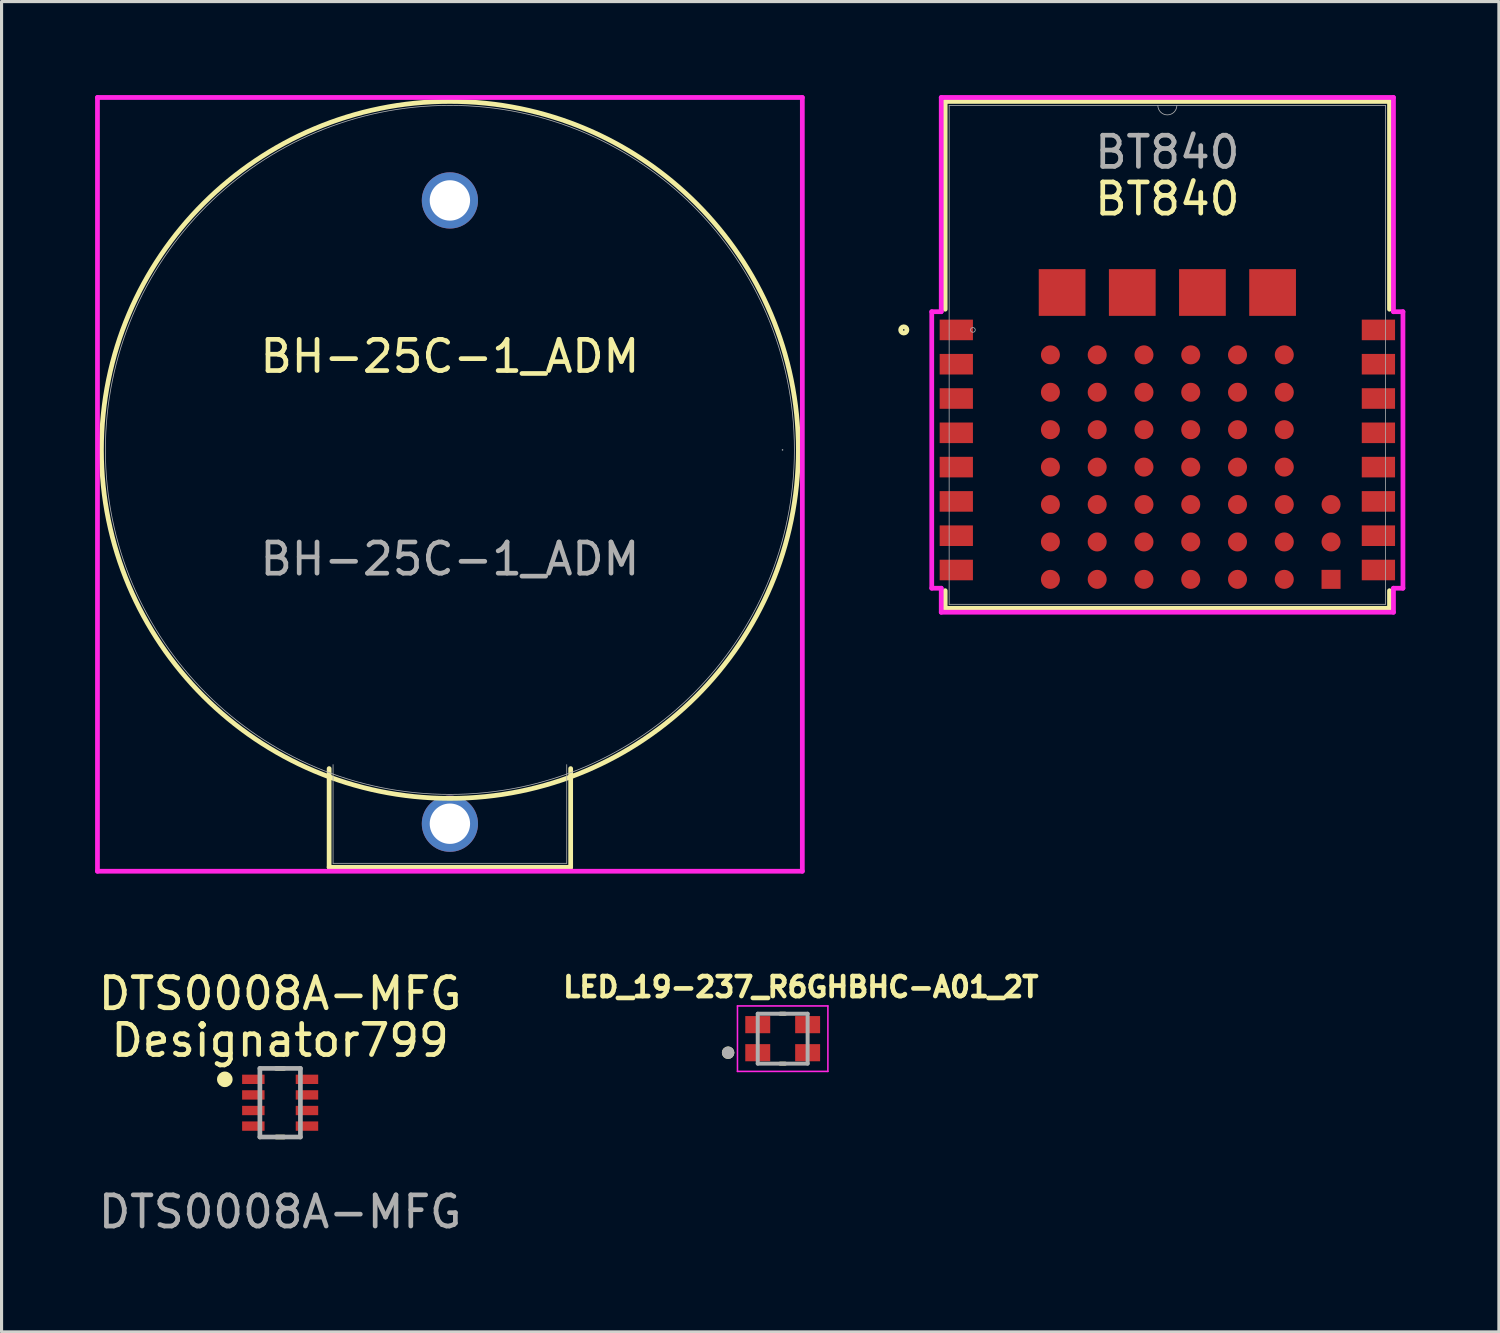
<source format=kicad_pcb>
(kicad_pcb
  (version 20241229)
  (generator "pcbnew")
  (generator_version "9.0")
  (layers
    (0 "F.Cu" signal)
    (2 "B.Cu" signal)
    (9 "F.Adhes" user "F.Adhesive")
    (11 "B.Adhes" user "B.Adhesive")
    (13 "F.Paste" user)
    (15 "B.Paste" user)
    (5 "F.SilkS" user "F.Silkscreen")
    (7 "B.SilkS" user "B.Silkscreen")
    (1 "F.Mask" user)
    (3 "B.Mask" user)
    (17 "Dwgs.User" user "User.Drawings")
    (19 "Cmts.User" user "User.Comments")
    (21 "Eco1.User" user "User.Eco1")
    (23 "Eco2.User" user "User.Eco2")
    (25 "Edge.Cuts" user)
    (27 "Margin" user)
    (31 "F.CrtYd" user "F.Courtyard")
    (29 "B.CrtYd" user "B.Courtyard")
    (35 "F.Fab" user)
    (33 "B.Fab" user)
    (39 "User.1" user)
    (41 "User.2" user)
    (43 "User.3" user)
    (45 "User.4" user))
  (footprint "BT840"
    (layer "F.Cu")
    (at 34.389 8.331)
    (property "Reference" "BT840" (at 0 -5 0) (unlocked yes) (layer "F.SilkS") (effects (font (size 1 1) (thickness 0.15))))
    (attr smd)
    (fp_line (start -7.125 -8.128) (end -7.125 -1.463) (stroke (width 0.152) (type solid)) (layer "F.SilkS"))
    (fp_line (start -7.125 7.563) (end -7.125 8.128) (stroke (width 0.152) (type solid)) (layer "F.SilkS"))
    (fp_line (start -7.125 8.128) (end 7.125 8.128) (stroke (width 0.152) (type solid)) (layer "F.SilkS"))
    (fp_line (start 7.125 -8.128) (end -7.125 -8.128) (stroke (width 0.152) (type solid)) (layer "F.SilkS"))
    (fp_line (start 7.125 -1.463) (end 7.125 -8.128) (stroke (width 0.152) (type solid)) (layer "F.SilkS"))
    (fp_line (start 7.125 8.128) (end 7.125 7.563) (stroke (width 0.152) (type solid)) (layer "F.SilkS"))
    (fp_circle (center -8.453 -0.8) (end -8.352 -0.8) (stroke (width 0.152) (type solid)) (fill no) (layer "F.SilkS"))
    (fp_line (start -7.556 -1.384) (end -7.556 7.484) (stroke (width 0.152) (type solid)) (layer "F.CrtYd"))
    (fp_line (start -7.556 7.484) (end -7.252 7.484) (stroke (width 0.152) (type solid)) (layer "F.CrtYd"))
    (fp_line (start -7.252 -8.255) (end -7.252 -1.384) (stroke (width 0.152) (type solid)) (layer "F.CrtYd"))
    (fp_line (start -7.252 -1.384) (end -7.556 -1.384) (stroke (width 0.152) (type solid)) (layer "F.CrtYd"))
    (fp_line (start -7.252 7.484) (end -7.252 8.255) (stroke (width 0.152) (type solid)) (layer "F.CrtYd"))
    (fp_line (start -7.252 8.255) (end 7.252 8.255) (stroke (width 0.152) (type solid)) (layer "F.CrtYd"))
    (fp_line (start 7.252 -8.255) (end -7.252 -8.255) (stroke (width 0.152) (type solid)) (layer "F.CrtYd"))
    (fp_line (start 7.252 -1.384) (end 7.252 -8.255) (stroke (width 0.152) (type solid)) (layer "F.CrtYd"))
    (fp_line (start 7.252 7.484) (end 7.556 7.484) (stroke (width 0.152) (type solid)) (layer "F.CrtYd"))
    (fp_line (start 7.252 8.255) (end 7.252 7.484) (stroke (width 0.152) (type solid)) (layer "F.CrtYd"))
    (fp_line (start 7.556 -1.384) (end 7.252 -1.384) (stroke (width 0.152) (type solid)) (layer "F.CrtYd"))
    (fp_line (start 7.556 7.484) (end 7.556 -1.384) (stroke (width 0.152) (type solid)) (layer "F.CrtYd"))
    (fp_line (start -6.998 -8.001) (end -6.998 8.001) (stroke (width 0.025) (type solid)) (layer "F.Fab"))
    (fp_line (start -6.998 8.001) (end 6.998 8.001) (stroke (width 0.025) (type solid)) (layer "F.Fab"))
    (fp_line (start 6.998 -8.001) (end -6.998 -8.001) (stroke (width 0.025) (type solid)) (layer "F.Fab"))
    (fp_line (start 6.998 8.001) (end 6.998 -8.001) (stroke (width 0.025) (type solid)) (layer "F.Fab"))
    (fp_arc (start 0.3048 -8.001) (mid 0 -7.6962) (end -0.3048 -8.001) (stroke (width 0.0254) (type solid)) (layer "F.Fab"))
    (fp_circle (center -6.236 -0.8) (end -6.16 -0.8) (stroke (width 0.025) (type solid)) (fill no) (layer "F.Fab"))
    (fp_text user "${REFERENCE}" (at 0 -6.5 0) (unlocked yes) (layer "F.Fab") (effects (font (size 1 1) (thickness 0.15))))
    (pad "1" smd rect (at -6.769 -0.8) (size 1.067 0.66) (layers "F.Cu" "F.Mask" "F.Paste"))
    (pad "2" smd rect (at -6.769 0.3) (size 1.067 0.66) (layers "F.Cu" "F.Mask" "F.Paste"))
    (pad "3" smd rect (at -6.769 1.4) (size 1.067 0.66) (layers "F.Cu" "F.Mask" "F.Paste"))
    (pad "4" smd rect (at -6.769 2.5) (size 1.067 0.66) (layers "F.Cu" "F.Mask" "F.Paste"))
    (pad "5" smd rect (at -6.769 3.6) (size 1.067 0.66) (layers "F.Cu" "F.Mask" "F.Paste"))
    (pad "6" smd rect (at -6.769 4.7) (size 1.067 0.66) (layers "F.Cu" "F.Mask" "F.Paste"))
    (pad "7" smd rect (at -6.769 5.8) (size 1.067 0.66) (layers "F.Cu" "F.Mask" "F.Paste"))
    (pad "8" smd rect (at -6.769 6.9) (size 1.067 0.66) (layers "F.Cu" "F.Mask" "F.Paste"))
    (pad "9" smd rect (at 6.769 6.9) (size 1.067 0.66) (layers "F.Cu" "F.Mask" "F.Paste"))
    (pad "10" smd rect (at 6.769 5.8) (size 1.067 0.66) (layers "F.Cu" "F.Mask" "F.Paste"))
    (pad "11" smd rect (at 6.769 4.7) (size 1.067 0.66) (layers "F.Cu" "F.Mask" "F.Paste"))
    (pad "12" smd rect (at 6.769 3.6) (size 1.067 0.66) (layers "F.Cu" "F.Mask" "F.Paste"))
    (pad "13" smd rect (at 6.769 2.5) (size 1.067 0.66) (layers "F.Cu" "F.Mask" "F.Paste"))
    (pad "14" smd rect (at 6.769 1.4) (size 1.067 0.66) (layers "F.Cu" "F.Mask" "F.Paste"))
    (pad "15" smd rect (at 6.769 0.3) (size 1.067 0.66) (layers "F.Cu" "F.Mask" "F.Paste"))
    (pad "16" smd rect (at 6.769 -0.8) (size 1.067 0.66) (layers "F.Cu" "F.Mask" "F.Paste"))
    (pad "A0" smd circle (at -2.25 0) (size 0.61 0.61) (layers "F.Cu" "F.Mask" "F.Paste"))
    (pad "A1" smd circle (at -2.25 1.2) (size 0.61 0.61) (layers "F.Cu" "F.Mask" "F.Paste"))
    (pad "A2" smd circle (at -2.25 2.4) (size 0.61 0.61) (layers "F.Cu" "F.Mask" "F.Paste"))
    (pad "A3" smd circle (at -2.25 3.6) (size 0.61 0.61) (layers "F.Cu" "F.Mask" "F.Paste"))
    (pad "A4" smd circle (at -2.25 4.8) (size 0.61 0.61) (layers "F.Cu" "F.Mask" "F.Paste"))
    (pad "A5" smd circle (at -2.25 6) (size 0.61 0.61) (layers "F.Cu" "F.Mask" "F.Paste"))
    (pad "A6" smd circle (at -2.25 7.2) (size 0.61 0.61) (layers "F.Cu" "F.Mask" "F.Paste"))
    (pad "B0" smd circle (at -0.75 0) (size 0.61 0.61) (layers "F.Cu" "F.Mask" "F.Paste"))
    (pad "B1" smd circle (at -0.75 1.2) (size 0.61 0.61) (layers "F.Cu" "F.Mask" "F.Paste"))
    (pad "B2" smd circle (at -0.75 2.4) (size 0.61 0.61) (layers "F.Cu" "F.Mask" "F.Paste"))
    (pad "B3" smd circle (at -0.75 3.6) (size 0.61 0.61) (layers "F.Cu" "F.Mask" "F.Paste"))
    (pad "B4" smd circle (at -0.75 4.8) (size 0.61 0.61) (layers "F.Cu" "F.Mask" "F.Paste"))
    (pad "B5" smd circle (at -0.75 6) (size 0.61 0.61) (layers "F.Cu" "F.Mask" "F.Paste"))
    (pad "B6" smd circle (at -0.75 7.2) (size 0.61 0.61) (layers "F.Cu" "F.Mask" "F.Paste"))
    (pad "C0" smd circle (at 0.75 0) (size 0.61 0.61) (layers "F.Cu" "F.Mask" "F.Paste"))
    (pad "C1" smd circle (at 0.75 1.2) (size 0.61 0.61) (layers "F.Cu" "F.Mask" "F.Paste"))
    (pad "C2" smd circle (at 0.75 2.4) (size 0.61 0.61) (layers "F.Cu" "F.Mask" "F.Paste"))
    (pad "C3" smd circle (at 0.75 3.6) (size 0.61 0.61) (layers "F.Cu" "F.Mask" "F.Paste"))
    (pad "C4" smd circle (at 0.75 4.8) (size 0.61 0.61) (layers "F.Cu" "F.Mask" "F.Paste"))
    (pad "C5" smd circle (at 0.75 6) (size 0.61 0.61) (layers "F.Cu" "F.Mask" "F.Paste"))
    (pad "C6" smd circle (at 0.75 7.2) (size 0.61 0.61) (layers "F.Cu" "F.Mask" "F.Paste"))
    (pad "D0" smd circle (at 2.25 0) (size 0.61 0.61) (layers "F.Cu" "F.Mask" "F.Paste"))
    (pad "D1" smd circle (at 2.25 1.2) (size 0.61 0.61) (layers "F.Cu" "F.Mask" "F.Paste"))
    (pad "D2" smd circle (at 2.25 2.4) (size 0.61 0.61) (layers "F.Cu" "F.Mask" "F.Paste"))
    (pad "D3" smd circle (at 2.25 3.6) (size 0.61 0.61) (layers "F.Cu" "F.Mask" "F.Paste"))
    (pad "D4" smd circle (at 2.25 4.8) (size 0.61 0.61) (layers "F.Cu" "F.Mask" "F.Paste"))
    (pad "D5" smd circle (at 2.25 6) (size 0.61 0.61) (layers "F.Cu" "F.Mask" "F.Paste"))
    (pad "D6" smd circle (at 2.25 7.2) (size 0.61 0.61) (layers "F.Cu" "F.Mask" "F.Paste"))
    (pad "E0" smd circle (at 3.75 0) (size 0.61 0.61) (layers "F.Cu" "F.Mask" "F.Paste"))
    (pad "E1" smd circle (at 3.75 1.2) (size 0.61 0.61) (layers "F.Cu" "F.Mask" "F.Paste"))
    (pad "E2" smd circle (at 3.75 2.4) (size 0.61 0.61) (layers "F.Cu" "F.Mask" "F.Paste"))
    (pad "E3" smd circle (at 3.75 3.6) (size 0.61 0.61) (layers "F.Cu" "F.Mask" "F.Paste"))
    (pad "E4" smd circle (at 3.75 4.8) (size 0.61 0.61) (layers "F.Cu" "F.Mask" "F.Paste"))
    (pad "E5" smd circle (at 3.75 6) (size 0.61 0.61) (layers "F.Cu" "F.Mask" "F.Paste"))
    (pad "E6" smd circle (at 3.75 7.2) (size 0.61 0.61) (layers "F.Cu" "F.Mask" "F.Paste"))
    (pad "F0" smd rect (at -3.375 -2) (size 1.499 1.499) (layers "F.Cu" "F.Mask" "F.Paste"))
    (pad "F1" smd rect (at -1.125 -2) (size 1.499 1.499) (layers "F.Cu" "F.Mask" "F.Paste"))
    (pad "F2" smd rect (at 1.125 -2) (size 1.499 1.499) (layers "F.Cu" "F.Mask" "F.Paste"))
    (pad "F3" smd rect (at 3.375 -2) (size 1.499 1.499) (layers "F.Cu" "F.Mask" "F.Paste"))
    (pad "F4" smd circle (at 5.25 4.8) (size 0.61 0.61) (layers "F.Cu" "F.Mask" "F.Paste"))
    (pad "F5" smd circle (at 5.25 6) (size 0.61 0.61) (layers "F.Cu" "F.Mask" "F.Paste"))
    (pad "F6" smd rect (at 5.25 7.2) (size 0.61 0.61) (layers "F.Cu" "F.Mask" "F.Paste"))
    (pad "Z0" smd circle (at -3.75 0) (size 0.61 0.61) (layers "F.Cu" "F.Mask" "F.Paste"))
    (pad "Z1" smd circle (at -3.75 1.2) (size 0.61 0.61) (layers "F.Cu" "F.Mask" "F.Paste"))
    (pad "Z2" smd circle (at -3.75 2.4) (size 0.61 0.61) (layers "F.Cu" "F.Mask" "F.Paste"))
    (pad "Z3" smd circle (at -3.75 3.6) (size 0.61 0.61) (layers "F.Cu" "F.Mask" "F.Paste"))
    (pad "Z4" smd circle (at -3.75 4.8) (size 0.61 0.61) (layers "F.Cu" "F.Mask" "F.Paste"))
    (pad "Z5" smd circle (at -3.75 6) (size 0.61 0.61) (layers "F.Cu" "F.Mask" "F.Paste"))
    (pad "Z6" smd circle (at -3.75 7.2) (size 0.61 0.61) (layers "F.Cu" "F.Mask" "F.Paste")))
  (footprint "LED_19-237_R6GHBHC-A01_2T"
    (layer "F.Cu")
    (at 22.052 30.262)
    (property "Reference" "LED_19-237_R6GHBHC-A01_2T" (at 0.582 -1.656 0) (layer "F.SilkS") (effects (font (size 0.64 0.64) (thickness 0.15))))
    (attr smd)
    (fp_line (start -0.08 -0.8) (end 0.08 -0.8) (stroke (width 0.127) (type solid)) (layer "F.SilkS"))
    (fp_line (start 0.08 0.8) (end -0.08 0.8) (stroke (width 0.127) (type solid)) (layer "F.SilkS"))
    (fp_circle (center -1.75 0.45) (end -1.65 0.45) (stroke (width 0.2) (type solid)) (fill no) (layer "F.SilkS"))
    (fp_line (start -1.45 -1.05) (end 1.45 -1.05) (stroke (width 0.05) (type solid)) (layer "F.CrtYd"))
    (fp_line (start -1.45 1.05) (end -1.45 -1.05) (stroke (width 0.05) (type solid)) (layer "F.CrtYd"))
    (fp_line (start 1.45 -1.05) (end 1.45 1.05) (stroke (width 0.05) (type solid)) (layer "F.CrtYd"))
    (fp_line (start 1.45 1.05) (end -1.45 1.05) (stroke (width 0.05) (type solid)) (layer "F.CrtYd"))
    (fp_line (start -0.8 -0.8) (end 0.8 -0.8) (stroke (width 0.127) (type solid)) (layer "F.Fab"))
    (fp_line (start -0.8 0.8) (end -0.8 -0.8) (stroke (width 0.127) (type solid)) (layer "F.Fab"))
    (fp_line (start 0.8 -0.8) (end 0.8 0.8) (stroke (width 0.127) (type solid)) (layer "F.Fab"))
    (fp_line (start 0.8 0.8) (end -0.8 0.8) (stroke (width 0.127) (type solid)) (layer "F.Fab"))
    (fp_circle (center -1.75 0.45) (end -1.65 0.45) (stroke (width 0.2) (type solid)) (fill no) (layer "F.Fab"))
    (pad "1" smd rect (at -0.8 0.45) (size 0.8 0.55) (layers "F.Cu" "F.Mask" "F.Paste"))
    (pad "2" smd rect (at -0.8 -0.45) (size 0.8 0.55) (layers "F.Cu" "F.Mask" "F.Paste"))
    (pad "3" smd rect (at 0.8 -0.45) (size 0.8 0.55) (layers "F.Cu" "F.Mask" "F.Paste"))
    (pad "4" smd rect (at 0.8 0.45) (size 0.8 0.55) (layers "F.Cu" "F.Mask" "F.Paste")))
  (footprint "BH-25C-1_ADM"
    (layer "F.Cu")
    (at 11.379 3.378)
    (property "Reference" "BH-25C-1_ADM" (at 0 5 0) (unlocked yes) (layer "F.SilkS") (effects (font (size 1 1) (thickness 0.15))))
    (attr through_hole)
    (fp_line (start -3.873 18.222) (end -3.873 21.387) (stroke (width 0.152) (type solid)) (layer "F.SilkS"))
    (fp_line (start -3.873 21.387) (end 3.873 21.387) (stroke (width 0.152) (type solid)) (layer "F.SilkS"))
    (fp_line (start 3.873 21.387) (end 3.873 18.222) (stroke (width 0.152) (type solid)) (layer "F.SilkS"))
    (fp_circle (center 0 8.001) (end 11.176 8.001) (stroke (width 0.152) (type solid)) (fill no) (layer "F.SilkS"))
    (fp_line (start -11.303 -3.302) (end 11.303 -3.302) (stroke (width 0.152) (type solid)) (layer "F.CrtYd"))
    (fp_line (start -11.303 21.514) (end -11.303 -3.302) (stroke (width 0.152) (type solid)) (layer "F.CrtYd"))
    (fp_line (start 11.303 -3.302) (end 11.303 21.514) (stroke (width 0.152) (type solid)) (layer "F.CrtYd"))
    (fp_line (start 11.303 21.514) (end -11.303 21.514) (stroke (width 0.152) (type solid)) (layer "F.CrtYd"))
    (fp_line (start -3.747 18.095) (end -3.747 21.26) (stroke (width 0.025) (type solid)) (layer "F.Fab"))
    (fp_line (start -3.747 21.26) (end 3.747 21.26) (stroke (width 0.025) (type solid)) (layer "F.Fab"))
    (fp_line (start 3.747 21.26) (end 3.747 18.095) (stroke (width 0.025) (type solid)) (layer "F.Fab"))
    (fp_circle (center 0 8.001) (end 11.049 8.001) (stroke (width 0.025) (type solid)) (fill no) (layer "F.Fab"))
    (fp_circle (center 10.668 8.001) (end 10.668 8.001) (stroke (width 0.025) (type solid)) (fill no) (layer "F.Fab"))
    (fp_text user "${REFERENCE}" (at 0 11.5 0) (unlocked yes) (layer "F.Fab") (effects (font (size 1 1) (thickness 0.15))))
    (pad "1" thru_hole circle (at 0 0) (size 1.803 1.803) (drill 1.295) (layers "*.Cu" "*.Mask"))
    (pad "2" thru_hole circle (at 0 19.99) (size 1.803 1.803) (drill 1.295) (layers "*.Cu" "*.Mask")))
  (footprint "DTS0008A-MFG"
    (layer "F.Cu")
    (at 5.935 32.316)
    (property "Reference" "DTS0008A-MFG" (at 0 -3.5 0) (unlocked yes) (layer "F.SilkS") (effects (font (size 1 1) (thickness 0.15))))
    (attr smd)
    (fp_line (start -0.125 -1.1) (end 0.125 -1.1) (stroke (width 0.15) (type solid)) (layer "F.SilkS"))
    (fp_line (start -0.125 1.1) (end 0.125 1.1) (stroke (width 0.15) (type solid)) (layer "F.SilkS"))
    (fp_circle (center -1.775 -0.75) (end -1.65 -0.75) (stroke (width 0.25) (type solid)) (fill no) (layer "F.SilkS"))
    (fp_line (start -0.65 -1.1) (end 0.65 -1.1) (stroke (width 0.15) (type solid)) (layer "F.Fab"))
    (fp_line (start -0.65 1.1) (end -0.65 -1.1) (stroke (width 0.15) (type solid)) (layer "F.Fab"))
    (fp_line (start -0.65 1.1) (end 0.65 1.1) (stroke (width 0.15) (type solid)) (layer "F.Fab"))
    (fp_line (start 0.65 1.1) (end 0.65 -1.1) (stroke (width 0.15) (type solid)) (layer "F.Fab"))
    (fp_text user "Designator799" (at 0 -2 0) (unlocked yes) (layer "F.SilkS") (effects (font (size 1 1) (thickness 0.15))))
    (fp_text user "${REFERENCE}" (at 0 3.5 0) (unlocked yes) (layer "F.Fab") (effects (font (size 1 1) (thickness 0.15))))
    (pad "1" smd rect (at -0.86 -0.75) (size 0.72 0.3) (layers "F.Cu" "F.Mask" "F.Paste"))
    (pad "2" smd rect (at -0.86 -0.25) (size 0.72 0.3) (layers "F.Cu" "F.Mask" "F.Paste"))
    (pad "3" smd rect (at -0.86 0.25) (size 0.72 0.3) (layers "F.Cu" "F.Mask" "F.Paste"))
    (pad "4" smd rect (at -0.86 0.75) (size 0.72 0.3) (layers "F.Cu" "F.Mask" "F.Paste"))
    (pad "5" smd rect (at 0.86 0.75) (size 0.72 0.3) (layers "F.Cu" "F.Mask" "F.Paste"))
    (pad "6" smd rect (at 0.86 0.25) (size 0.72 0.3) (layers "F.Cu" "F.Mask" "F.Paste"))
    (pad "7" smd rect (at 0.86 -0.25) (size 0.72 0.3) (layers "F.Cu" "F.Mask" "F.Paste"))
    (pad "8" smd rect (at 0.86 -0.75) (size 0.72 0.3) (layers "F.Cu" "F.Mask" "F.Paste")))
  (gr_rect
    (start -3 -3)
    (end 45.022 39.665)
    (stroke (width 0.1) (type default))
    (fill no)
    (layer "Edge.Cuts")))
</source>
